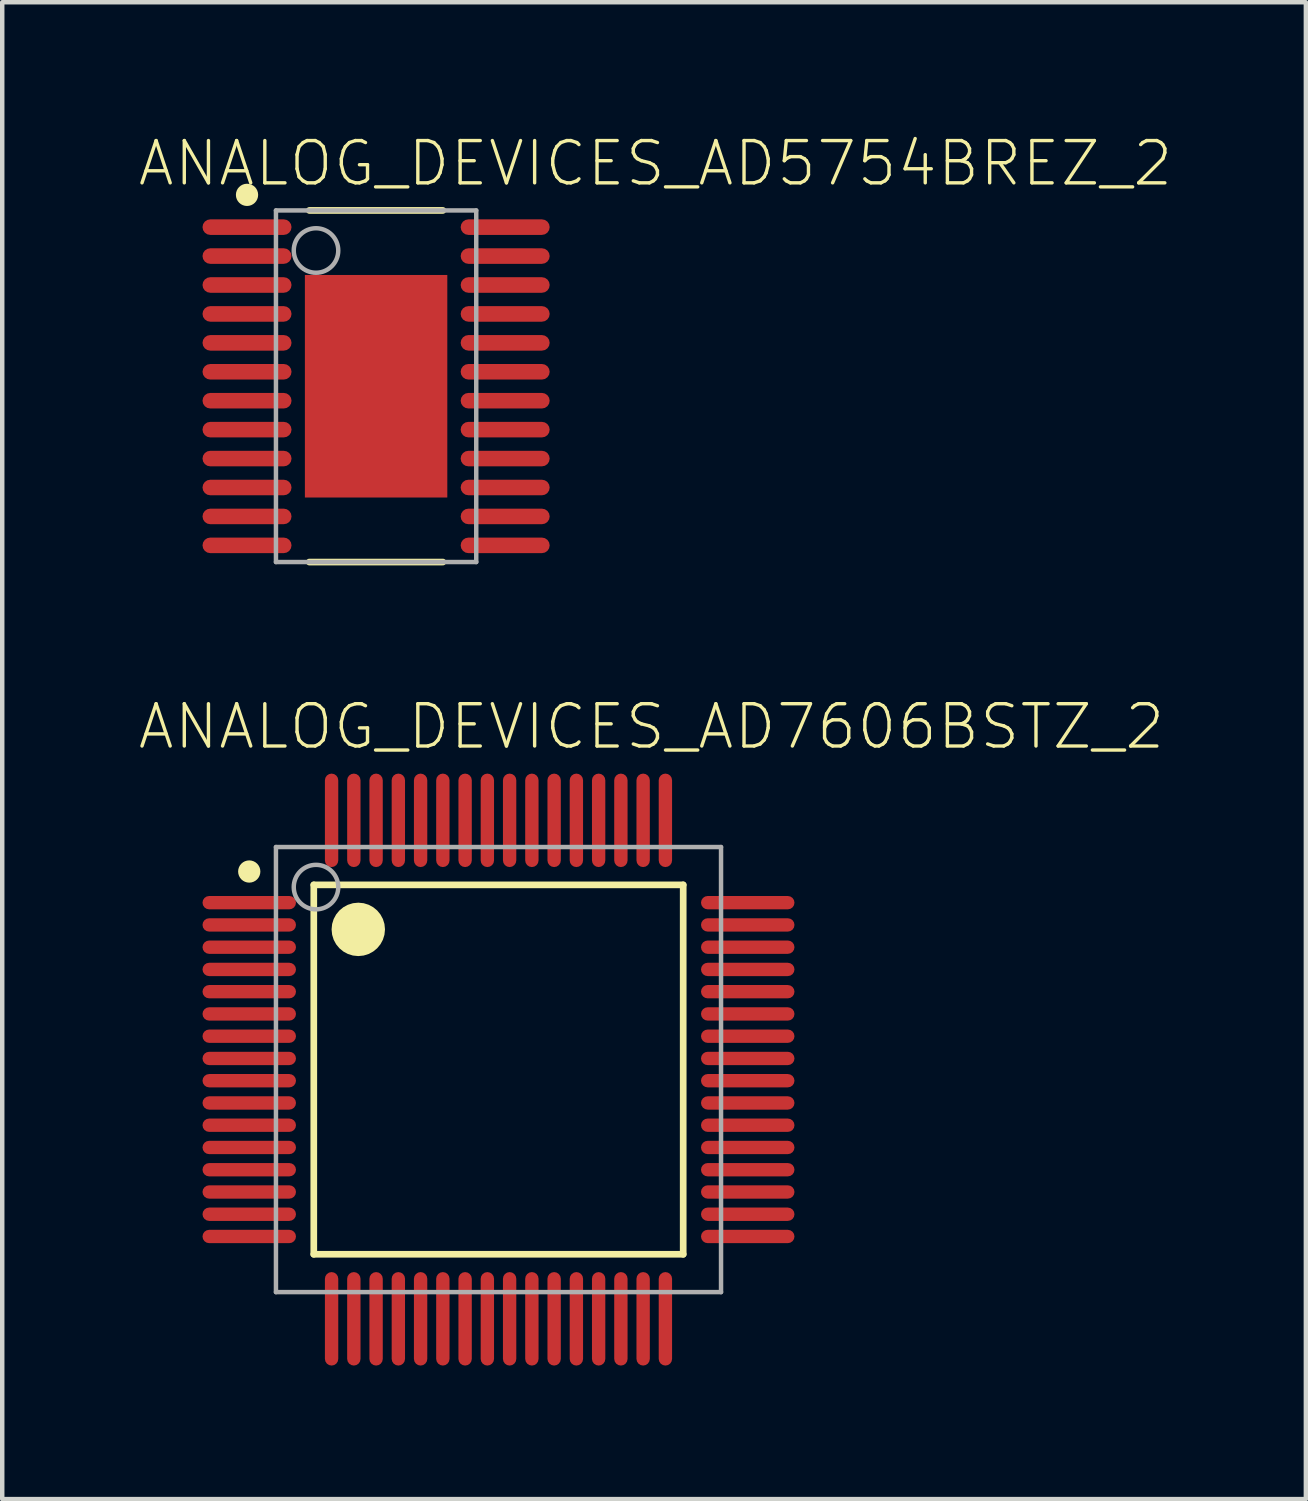
<source format=kicad_pcb>
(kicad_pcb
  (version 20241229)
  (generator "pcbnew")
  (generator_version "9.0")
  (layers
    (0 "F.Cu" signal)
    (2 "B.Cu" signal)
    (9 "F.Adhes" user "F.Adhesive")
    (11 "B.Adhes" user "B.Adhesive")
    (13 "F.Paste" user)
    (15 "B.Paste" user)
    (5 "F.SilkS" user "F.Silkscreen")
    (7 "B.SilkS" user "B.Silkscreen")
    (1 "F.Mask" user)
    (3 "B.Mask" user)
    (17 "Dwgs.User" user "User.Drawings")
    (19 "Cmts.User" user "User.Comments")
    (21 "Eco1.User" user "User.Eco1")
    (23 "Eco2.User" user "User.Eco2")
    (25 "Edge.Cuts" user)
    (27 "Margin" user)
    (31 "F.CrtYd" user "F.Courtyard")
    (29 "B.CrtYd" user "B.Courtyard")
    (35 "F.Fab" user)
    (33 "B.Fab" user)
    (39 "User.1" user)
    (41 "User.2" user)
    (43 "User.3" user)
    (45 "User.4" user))
  (footprint "ANALOG_DEVICES_AD7606BSTZ_2"
    (layer "F.Cu")
    (at 8.15 20.981)
    (property "Reference" "ANALOG_DEVICES_AD7606BSTZ_2" (at -8.15 -7.15 0) (layer "F.SilkS") (effects (font (size 0.95 0.95) (thickness 0.076)) (justify left bottom)))
    (attr through_hole)
    (fp_line (start -4.15 -4.15) (end 4.15 -4.15) (stroke (width 0.15) (type solid)) (layer "F.SilkS"))
    (fp_line (start -4.15 4.15) (end -4.15 -4.15) (stroke (width 0.15) (type solid)) (layer "F.SilkS"))
    (fp_line (start -4.15 4.15) (end 4.15 4.15) (stroke (width 0.15) (type solid)) (layer "F.SilkS"))
    (fp_line (start 4.15 4.15) (end 4.15 -4.15) (stroke (width 0.15) (type solid)) (layer "F.SilkS"))
    (fp_circle (center -5.6 -4.45) (end -5.475 -4.45) (stroke (width 0.25) (type solid)) (fill no) (layer "F.SilkS"))
    (fp_circle (center -3.15 -3.15) (end -2.85 -3.15) (stroke (width 0.6) (type solid)) (fill no) (layer "F.SilkS"))
    (fp_line (start -5 -5) (end 5 -5) (stroke (width 0.1) (type solid)) (layer "F.Fab"))
    (fp_line (start -5 5) (end -5 -5) (stroke (width 0.1) (type solid)) (layer "F.Fab"))
    (fp_line (start -5 5) (end 5 5) (stroke (width 0.1) (type solid)) (layer "F.Fab"))
    (fp_line (start 5 5) (end 5 -5) (stroke (width 0.1) (type solid)) (layer "F.Fab"))
    (fp_circle (center -4.1 -4.1) (end -3.6 -4.1) (stroke (width 0.1) (type solid)) (fill no) (layer "F.Fab"))
    (pad "1" smd roundrect (at -5.6 -3.75 90) (size 0.3 2.1) (layers "F.Cu" "F.Mask" "F.Paste") (roundrect_rratio 0.5))
    (pad "2" smd roundrect (at -5.6 -3.25 90) (size 0.3 2.1) (layers "F.Cu" "F.Mask" "F.Paste") (roundrect_rratio 0.5))
    (pad "3" smd roundrect (at -5.6 -2.75 90) (size 0.3 2.1) (layers "F.Cu" "F.Mask" "F.Paste") (roundrect_rratio 0.5))
    (pad "4" smd roundrect (at -5.6 -2.25 90) (size 0.3 2.1) (layers "F.Cu" "F.Mask" "F.Paste") (roundrect_rratio 0.5))
    (pad "5" smd roundrect (at -5.6 -1.75 90) (size 0.3 2.1) (layers "F.Cu" "F.Mask" "F.Paste") (roundrect_rratio 0.5))
    (pad "6" smd roundrect (at -5.6 -1.25 90) (size 0.3 2.1) (layers "F.Cu" "F.Mask" "F.Paste") (roundrect_rratio 0.5))
    (pad "7" smd roundrect (at -5.6 -0.75 90) (size 0.3 2.1) (layers "F.Cu" "F.Mask" "F.Paste") (roundrect_rratio 0.5))
    (pad "8" smd roundrect (at -5.6 -0.25 90) (size 0.3 2.1) (layers "F.Cu" "F.Mask" "F.Paste") (roundrect_rratio 0.5))
    (pad "9" smd roundrect (at -5.6 0.25 90) (size 0.3 2.1) (layers "F.Cu" "F.Mask" "F.Paste") (roundrect_rratio 0.5))
    (pad "10" smd roundrect (at -5.6 0.75 90) (size 0.3 2.1) (layers "F.Cu" "F.Mask" "F.Paste") (roundrect_rratio 0.5))
    (pad "11" smd roundrect (at -5.6 1.25 90) (size 0.3 2.1) (layers "F.Cu" "F.Mask" "F.Paste") (roundrect_rratio 0.5))
    (pad "12" smd roundrect (at -5.6 1.75 90) (size 0.3 2.1) (layers "F.Cu" "F.Mask" "F.Paste") (roundrect_rratio 0.5))
    (pad "13" smd roundrect (at -5.6 2.25 90) (size 0.3 2.1) (layers "F.Cu" "F.Mask" "F.Paste") (roundrect_rratio 0.5))
    (pad "14" smd roundrect (at -5.6 2.75 90) (size 0.3 2.1) (layers "F.Cu" "F.Mask" "F.Paste") (roundrect_rratio 0.5))
    (pad "15" smd roundrect (at -5.6 3.25 90) (size 0.3 2.1) (layers "F.Cu" "F.Mask" "F.Paste") (roundrect_rratio 0.5))
    (pad "16" smd roundrect (at -5.6 3.75 90) (size 0.3 2.1) (layers "F.Cu" "F.Mask" "F.Paste") (roundrect_rratio 0.5))
    (pad "17" smd roundrect (at -3.75 5.6) (size 0.3 2.1) (layers "F.Cu" "F.Mask" "F.Paste") (roundrect_rratio 0.5))
    (pad "18" smd roundrect (at -3.25 5.6) (size 0.3 2.1) (layers "F.Cu" "F.Mask" "F.Paste") (roundrect_rratio 0.5))
    (pad "19" smd roundrect (at -2.75 5.6) (size 0.3 2.1) (layers "F.Cu" "F.Mask" "F.Paste") (roundrect_rratio 0.5))
    (pad "20" smd roundrect (at -2.25 5.6) (size 0.3 2.1) (layers "F.Cu" "F.Mask" "F.Paste") (roundrect_rratio 0.5))
    (pad "21" smd roundrect (at -1.75 5.6) (size 0.3 2.1) (layers "F.Cu" "F.Mask" "F.Paste") (roundrect_rratio 0.5))
    (pad "22" smd roundrect (at -1.25 5.6) (size 0.3 2.1) (layers "F.Cu" "F.Mask" "F.Paste") (roundrect_rratio 0.5))
    (pad "23" smd roundrect (at -0.75 5.6) (size 0.3 2.1) (layers "F.Cu" "F.Mask" "F.Paste") (roundrect_rratio 0.5))
    (pad "24" smd roundrect (at -0.25 5.6) (size 0.3 2.1) (layers "F.Cu" "F.Mask" "F.Paste") (roundrect_rratio 0.5))
    (pad "25" smd roundrect (at 0.25 5.6) (size 0.3 2.1) (layers "F.Cu" "F.Mask" "F.Paste") (roundrect_rratio 0.5))
    (pad "26" smd roundrect (at 0.75 5.6) (size 0.3 2.1) (layers "F.Cu" "F.Mask" "F.Paste") (roundrect_rratio 0.5))
    (pad "27" smd roundrect (at 1.25 5.6) (size 0.3 2.1) (layers "F.Cu" "F.Mask" "F.Paste") (roundrect_rratio 0.5))
    (pad "28" smd roundrect (at 1.75 5.6) (size 0.3 2.1) (layers "F.Cu" "F.Mask" "F.Paste") (roundrect_rratio 0.5))
    (pad "29" smd roundrect (at 2.25 5.6) (size 0.3 2.1) (layers "F.Cu" "F.Mask" "F.Paste") (roundrect_rratio 0.5))
    (pad "30" smd roundrect (at 2.75 5.6) (size 0.3 2.1) (layers "F.Cu" "F.Mask" "F.Paste") (roundrect_rratio 0.5))
    (pad "31" smd roundrect (at 3.25 5.6) (size 0.3 2.1) (layers "F.Cu" "F.Mask" "F.Paste") (roundrect_rratio 0.5))
    (pad "32" smd roundrect (at 3.75 5.6) (size 0.3 2.1) (layers "F.Cu" "F.Mask" "F.Paste") (roundrect_rratio 0.5))
    (pad "33" smd roundrect (at 5.6 3.75 90) (size 0.3 2.1) (layers "F.Cu" "F.Mask" "F.Paste") (roundrect_rratio 0.5))
    (pad "34" smd roundrect (at 5.6 3.25 90) (size 0.3 2.1) (layers "F.Cu" "F.Mask" "F.Paste") (roundrect_rratio 0.5))
    (pad "35" smd roundrect (at 5.6 2.75 90) (size 0.3 2.1) (layers "F.Cu" "F.Mask" "F.Paste") (roundrect_rratio 0.5))
    (pad "36" smd roundrect (at 5.6 2.25 90) (size 0.3 2.1) (layers "F.Cu" "F.Mask" "F.Paste") (roundrect_rratio 0.5))
    (pad "37" smd roundrect (at 5.6 1.75 90) (size 0.3 2.1) (layers "F.Cu" "F.Mask" "F.Paste") (roundrect_rratio 0.5))
    (pad "38" smd roundrect (at 5.6 1.25 90) (size 0.3 2.1) (layers "F.Cu" "F.Mask" "F.Paste") (roundrect_rratio 0.5))
    (pad "39" smd roundrect (at 5.6 0.75 90) (size 0.3 2.1) (layers "F.Cu" "F.Mask" "F.Paste") (roundrect_rratio 0.5))
    (pad "40" smd roundrect (at 5.6 0.25 90) (size 0.3 2.1) (layers "F.Cu" "F.Mask" "F.Paste") (roundrect_rratio 0.5))
    (pad "41" smd roundrect (at 5.6 -0.25 90) (size 0.3 2.1) (layers "F.Cu" "F.Mask" "F.Paste") (roundrect_rratio 0.5))
    (pad "42" smd roundrect (at 5.6 -0.75 90) (size 0.3 2.1) (layers "F.Cu" "F.Mask" "F.Paste") (roundrect_rratio 0.5))
    (pad "43" smd roundrect (at 5.6 -1.25 90) (size 0.3 2.1) (layers "F.Cu" "F.Mask" "F.Paste") (roundrect_rratio 0.5))
    (pad "44" smd roundrect (at 5.6 -1.75 90) (size 0.3 2.1) (layers "F.Cu" "F.Mask" "F.Paste") (roundrect_rratio 0.5))
    (pad "45" smd roundrect (at 5.6 -2.25 90) (size 0.3 2.1) (layers "F.Cu" "F.Mask" "F.Paste") (roundrect_rratio 0.5))
    (pad "46" smd roundrect (at 5.6 -2.75 90) (size 0.3 2.1) (layers "F.Cu" "F.Mask" "F.Paste") (roundrect_rratio 0.5))
    (pad "47" smd roundrect (at 5.6 -3.25 90) (size 0.3 2.1) (layers "F.Cu" "F.Mask" "F.Paste") (roundrect_rratio 0.5))
    (pad "48" smd roundrect (at 5.6 -3.75 90) (size 0.3 2.1) (layers "F.Cu" "F.Mask" "F.Paste") (roundrect_rratio 0.5))
    (pad "49" smd roundrect (at 3.75 -5.6) (size 0.3 2.1) (layers "F.Cu" "F.Mask" "F.Paste") (roundrect_rratio 0.5))
    (pad "50" smd roundrect (at 3.25 -5.6) (size 0.3 2.1) (layers "F.Cu" "F.Mask" "F.Paste") (roundrect_rratio 0.5))
    (pad "51" smd roundrect (at 2.75 -5.6) (size 0.3 2.1) (layers "F.Cu" "F.Mask" "F.Paste") (roundrect_rratio 0.5))
    (pad "52" smd roundrect (at 2.25 -5.6) (size 0.3 2.1) (layers "F.Cu" "F.Mask" "F.Paste") (roundrect_rratio 0.5))
    (pad "53" smd roundrect (at 1.75 -5.6) (size 0.3 2.1) (layers "F.Cu" "F.Mask" "F.Paste") (roundrect_rratio 0.5))
    (pad "54" smd roundrect (at 1.25 -5.6) (size 0.3 2.1) (layers "F.Cu" "F.Mask" "F.Paste") (roundrect_rratio 0.5))
    (pad "55" smd roundrect (at 0.75 -5.6) (size 0.3 2.1) (layers "F.Cu" "F.Mask" "F.Paste") (roundrect_rratio 0.5))
    (pad "56" smd roundrect (at 0.25 -5.6) (size 0.3 2.1) (layers "F.Cu" "F.Mask" "F.Paste") (roundrect_rratio 0.5))
    (pad "57" smd roundrect (at -0.25 -5.6) (size 0.3 2.1) (layers "F.Cu" "F.Mask" "F.Paste") (roundrect_rratio 0.5))
    (pad "58" smd roundrect (at -0.75 -5.6) (size 0.3 2.1) (layers "F.Cu" "F.Mask" "F.Paste") (roundrect_rratio 0.5))
    (pad "59" smd roundrect (at -1.25 -5.6) (size 0.3 2.1) (layers "F.Cu" "F.Mask" "F.Paste") (roundrect_rratio 0.5))
    (pad "60" smd roundrect (at -1.75 -5.6) (size 0.3 2.1) (layers "F.Cu" "F.Mask" "F.Paste") (roundrect_rratio 0.5))
    (pad "61" smd roundrect (at -2.25 -5.6) (size 0.3 2.1) (layers "F.Cu" "F.Mask" "F.Paste") (roundrect_rratio 0.5))
    (pad "62" smd roundrect (at -2.75 -5.6) (size 0.3 2.1) (layers "F.Cu" "F.Mask" "F.Paste") (roundrect_rratio 0.5))
    (pad "63" smd roundrect (at -3.25 -5.6) (size 0.3 2.1) (layers "F.Cu" "F.Mask" "F.Paste") (roundrect_rratio 0.5))
    (pad "64" smd roundrect (at -3.75 -5.6) (size 0.3 2.1) (layers "F.Cu" "F.Mask" "F.Paste") (roundrect_rratio 0.5)))
  (footprint "ANALOG_DEVICES_AD5754BREZ_2"
    (layer "F.Cu")
    (at 5.4 5.628)
    (property "Reference" "ANALOG_DEVICES_AD5754BREZ_2" (at -5.4 -4.45 180) (layer "F.SilkS") (effects (font (size 0.95 0.95) (thickness 0.076)) (justify left bottom)))
    (attr through_hole)
    (fp_line (start -1.5 -3.95) (end 1.5 -3.95) (stroke (width 0.15) (type solid)) (layer "F.SilkS"))
    (fp_line (start -1.5 3.95) (end 1.5 3.95) (stroke (width 0.15) (type solid)) (layer "F.SilkS"))
    (fp_circle (center -2.9 -4.3) (end -2.775 -4.3) (stroke (width 0.25) (type solid)) (fill no) (layer "F.SilkS"))
    (fp_line (start -2.25 -3.95) (end 2.25 -3.95) (stroke (width 0.1) (type solid)) (layer "F.Fab"))
    (fp_line (start -2.25 3.95) (end -2.25 -3.95) (stroke (width 0.1) (type solid)) (layer "F.Fab"))
    (fp_line (start -2.25 3.95) (end 2.25 3.95) (stroke (width 0.1) (type solid)) (layer "F.Fab"))
    (fp_line (start 2.25 3.95) (end 2.25 -3.95) (stroke (width 0.1) (type solid)) (layer "F.Fab"))
    (fp_circle (center -1.35 -3.05) (end -0.85 -3.05) (stroke (width 0.1) (type solid)) (fill no) (layer "F.Fab"))
    (pad "1" smd roundrect (at -2.9 -3.575 90) (size 0.35 2) (layers "F.Cu" "F.Mask" "F.Paste") (roundrect_rratio 0.5))
    (pad "2" smd roundrect (at -2.9 -2.925 90) (size 0.35 2) (layers "F.Cu" "F.Mask" "F.Paste") (roundrect_rratio 0.5))
    (pad "3" smd roundrect (at -2.9 -2.275 90) (size 0.35 2) (layers "F.Cu" "F.Mask" "F.Paste") (roundrect_rratio 0.5))
    (pad "4" smd roundrect (at -2.9 -1.625 90) (size 0.35 2) (layers "F.Cu" "F.Mask" "F.Paste") (roundrect_rratio 0.5))
    (pad "5" smd roundrect (at -2.9 -0.975 90) (size 0.35 2) (layers "F.Cu" "F.Mask" "F.Paste") (roundrect_rratio 0.5))
    (pad "6" smd roundrect (at -2.9 -0.325 90) (size 0.35 2) (layers "F.Cu" "F.Mask" "F.Paste") (roundrect_rratio 0.5))
    (pad "7" smd roundrect (at -2.9 0.325 90) (size 0.35 2) (layers "F.Cu" "F.Mask" "F.Paste") (roundrect_rratio 0.5))
    (pad "8" smd roundrect (at -2.9 0.975 90) (size 0.35 2) (layers "F.Cu" "F.Mask" "F.Paste") (roundrect_rratio 0.5))
    (pad "9" smd roundrect (at -2.9 1.625 90) (size 0.35 2) (layers "F.Cu" "F.Mask" "F.Paste") (roundrect_rratio 0.5))
    (pad "10" smd roundrect (at -2.9 2.275 90) (size 0.35 2) (layers "F.Cu" "F.Mask" "F.Paste") (roundrect_rratio 0.5))
    (pad "11" smd roundrect (at -2.9 2.925 90) (size 0.35 2) (layers "F.Cu" "F.Mask" "F.Paste") (roundrect_rratio 0.5))
    (pad "12" smd roundrect (at -2.9 3.575 90) (size 0.35 2) (layers "F.Cu" "F.Mask" "F.Paste") (roundrect_rratio 0.5))
    (pad "13" smd roundrect (at 2.9 3.575 90) (size 0.35 2) (layers "F.Cu" "F.Mask" "F.Paste") (roundrect_rratio 0.5))
    (pad "14" smd roundrect (at 2.9 2.925 90) (size 0.35 2) (layers "F.Cu" "F.Mask" "F.Paste") (roundrect_rratio 0.5))
    (pad "15" smd roundrect (at 2.9 2.275 90) (size 0.35 2) (layers "F.Cu" "F.Mask" "F.Paste") (roundrect_rratio 0.5))
    (pad "16" smd roundrect (at 2.9 1.625 90) (size 0.35 2) (layers "F.Cu" "F.Mask" "F.Paste") (roundrect_rratio 0.5))
    (pad "17" smd roundrect (at 2.9 0.975 90) (size 0.35 2) (layers "F.Cu" "F.Mask" "F.Paste") (roundrect_rratio 0.5))
    (pad "18" smd roundrect (at 2.9 0.325 90) (size 0.35 2) (layers "F.Cu" "F.Mask" "F.Paste") (roundrect_rratio 0.5))
    (pad "19" smd roundrect (at 2.9 -0.325 90) (size 0.35 2) (layers "F.Cu" "F.Mask" "F.Paste") (roundrect_rratio 0.5))
    (pad "20" smd roundrect (at 2.9 -0.975 90) (size 0.35 2) (layers "F.Cu" "F.Mask" "F.Paste") (roundrect_rratio 0.5))
    (pad "21" smd roundrect (at 2.9 -1.625 90) (size 0.35 2) (layers "F.Cu" "F.Mask" "F.Paste") (roundrect_rratio 0.5))
    (pad "22" smd roundrect (at 2.9 -2.275 90) (size 0.35 2) (layers "F.Cu" "F.Mask" "F.Paste") (roundrect_rratio 0.5))
    (pad "23" smd roundrect (at 2.9 -2.925 90) (size 0.35 2) (layers "F.Cu" "F.Mask" "F.Paste") (roundrect_rratio 0.5))
    (pad "24" smd roundrect (at 2.9 -3.575 90) (size 0.35 2) (layers "F.Cu" "F.Mask" "F.Paste") (roundrect_rratio 0.5))
    (pad "25" smd rect (at 0 0) (size 3.2 5) (layers "F.Cu" "F.Mask" "F.Paste")))
  (gr_rect
    (start -3 -3)
    (end 26.29 30.631)
    (stroke (width 0.1) (type default))
    (fill no)
    (layer "Edge.Cuts")))
</source>
